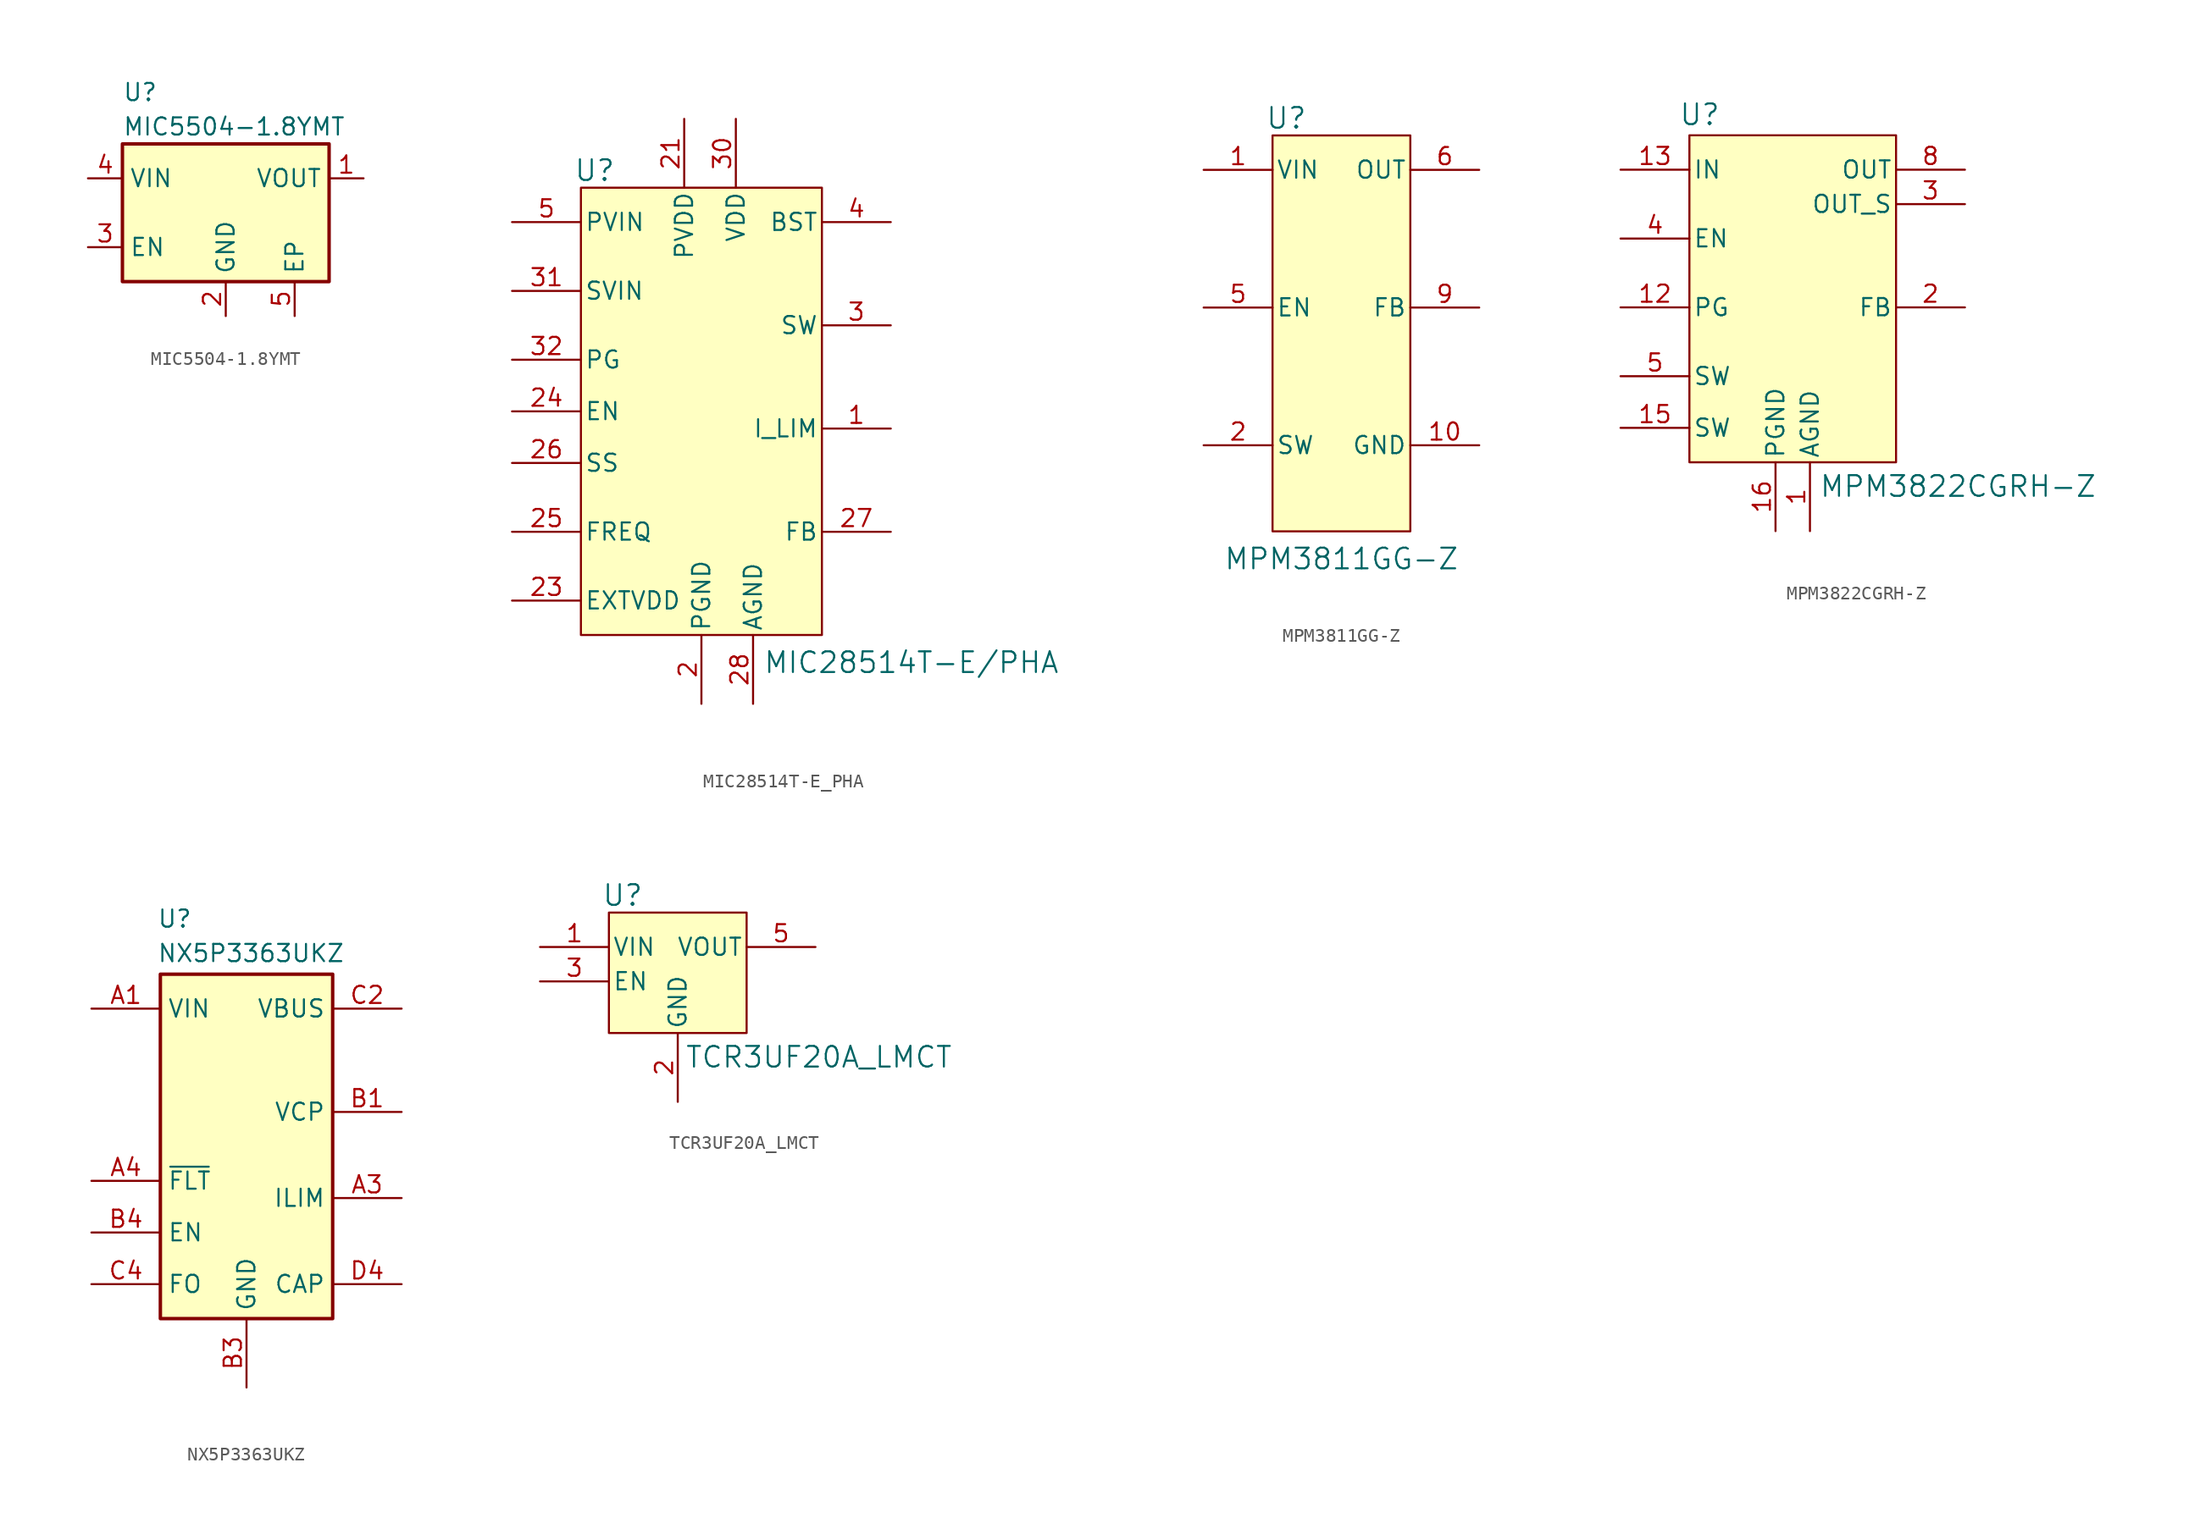
<source format=kicad_sym>
(kicad_symbol_lib
  (version 20241209)
  (generator "kicad_symbol_editor")
  (generator_version "9.0")
  (symbol "MIC5504-1.8YMT"
    (property "Reference" "U"
      (at -7.62 8.89 0)
      (effects (font (size 1.27 1.27)) (justify left)))
    (property "Value" "MIC5504-1.8YMT"
      (at -7.62 6.35 0)
      (effects (font (size 1.27 1.27)) (justify left)))
    (symbol "MIC5504-1.8YMT_0_1"
      (rectangle (start -7.62 -5.08) (end 7.62 5.08) (stroke (width 0.254) (type default)) (fill (type background))))
    (symbol "MIC5504-1.8YMT_1_1"
      (pin power_in line (at -10.16 2.54 0) (length 2.54) (name "VIN" (effects (font (size 1.27 1.27)))) (number "4" (effects (font (size 1.27 1.27)))))
      (pin input line (at -10.16 -2.54 0) (length 2.54) (name "EN" (effects (font (size 1.27 1.27)))) (number "3" (effects (font (size 1.27 1.27)))))
      (pin power_in line (at 0 -7.62 90) (length 2.54) (name "GND" (effects (font (size 1.27 1.27)))) (number "2" (effects (font (size 1.27 1.27)))))
      (pin power_in line (at 5.08 -7.62 90) (length 2.54) (name "EP" (effects (font (size 1.27 1.27)))) (number "5" (effects (font (size 1.27 1.27)))))
      (pin power_out line (at 10.16 2.54 180) (length 2.54) (name "VOUT" (effects (font (size 1.27 1.27)))) (number "1" (effects (font (size 1.27 1.27)))))))
  (symbol "MIC28514T-E_PHA"
    (pin_names
      (offset 0.254))
    (property "Reference" "U"
      (at -7.874 17.78 0)
      (effects (font (size 1.524 1.524))))
    (property "Value" "MIC28514T-E/PHA"
      (at 15.494 -18.542 0)
      (effects (font (size 1.524 1.524))))
    (symbol "MIC28514T-E_PHA_0_1"
      (pin input line (at -13.97 13.97 0) (length 5.08) (hide yes) (name "PVIN" (effects (font (size 1.27 1.27)))) (number "10" (effects (font (size 1.27 1.27)))))
      (pin input line (at -13.97 13.97 0) (length 5.08) (hide yes) (name "PVIN" (effects (font (size 1.27 1.27)))) (number "11" (effects (font (size 1.27 1.27)))))
      (pin input line (at -13.97 13.97 0) (length 5.08) (name "PVIN" (effects (font (size 1.27 1.27)))) (number "5" (effects (font (size 1.27 1.27)))))
      (pin input line (at -13.97 13.97 0) (length 5.08) (hide yes) (name "PVIN" (effects (font (size 1.27 1.27)))) (number "6" (effects (font (size 1.27 1.27)))))
      (pin input line (at -13.97 13.97 0) (length 5.08) (hide yes) (name "PVIN" (effects (font (size 1.27 1.27)))) (number "7" (effects (font (size 1.27 1.27)))))
      (pin input line (at -13.97 13.97 0) (length 5.08) (hide yes) (name "PVIN" (effects (font (size 1.27 1.27)))) (number "8" (effects (font (size 1.27 1.27)))))
      (pin input line (at -13.97 13.97 0) (length 5.08) (hide yes) (name "PVIN" (effects (font (size 1.27 1.27)))) (number "9" (effects (font (size 1.27 1.27)))))
      (pin power_in line (at -13.97 8.89 0) (length 5.08) (name "SVIN" (effects (font (size 1.27 1.27)))) (number "31" (effects (font (size 1.27 1.27)))))
      (pin output line (at -13.97 3.81 0) (length 5.08) (name "PG" (effects (font (size 1.27 1.27)))) (number "32" (effects (font (size 1.27 1.27)))))
      (pin input line (at -13.97 0 0) (length 5.08) (name "EN" (effects (font (size 1.27 1.27)))) (number "24" (effects (font (size 1.27 1.27)))))
      (pin unspecified line (at -13.97 -3.81 0) (length 5.08) (name "SS" (effects (font (size 1.27 1.27)))) (number "26" (effects (font (size 1.27 1.27)))))
      (pin input line (at -13.97 -8.89 0) (length 5.08) (name "FREQ" (effects (font (size 1.27 1.27)))) (number "25" (effects (font (size 1.27 1.27)))))
      (pin power_in line (at -13.97 -13.97 0) (length 5.08) (name "EXTVDD" (effects (font (size 1.27 1.27)))) (number "23" (effects (font (size 1.27 1.27)))))
      (pin power_in line (at -1.27 21.59 270) (length 5.08) (name "PVDD" (effects (font (size 1.27 1.27)))) (number "21" (effects (font (size 1.27 1.27)))))
      (pin power_out line (at 0 -21.59 90) (length 5.08) (hide yes) (name "PGND" (effects (font (size 1.27 1.27)))) (number "16" (effects (font (size 1.27 1.27)))))
      (pin power_out line (at 0 -21.59 90) (length 5.08) (hide yes) (name "PGND" (effects (font (size 1.27 1.27)))) (number "17" (effects (font (size 1.27 1.27)))))
      (pin power_out line (at 0 -21.59 90) (length 5.08) (hide yes) (name "PGND" (effects (font (size 1.27 1.27)))) (number "18" (effects (font (size 1.27 1.27)))))
      (pin power_out line (at 0 -21.59 90) (length 5.08) (hide yes) (name "PGND" (effects (font (size 1.27 1.27)))) (number "19" (effects (font (size 1.27 1.27)))))
      (pin power_out line (at 0 -21.59 90) (length 5.08) (name "PGND" (effects (font (size 1.27 1.27)))) (number "2" (effects (font (size 1.27 1.27)))))
      (pin power_out line (at 0 -21.59 90) (length 5.08) (hide yes) (name "PGND" (effects (font (size 1.27 1.27)))) (number "22" (effects (font (size 1.27 1.27)))))
      (pin power_out line (at 0 -21.59 90) (length 5.08) (hide yes) (name "PGND" (effects (font (size 1.27 1.27)))) (number "29" (effects (font (size 1.27 1.27)))))
      (pin power_out line (at 0 -21.59 90) (length 5.08) (hide yes) (name "PGND" (effects (font (size 1.27 1.27)))) (number "33" (effects (font (size 1.27 1.27)))))
      (pin power_in line (at 2.54 21.59 270) (length 5.08) (name "VDD" (effects (font (size 1.27 1.27)))) (number "30" (effects (font (size 1.27 1.27)))))
      (pin power_out line (at 3.81 -21.59 90) (length 5.08) (name "AGND" (effects (font (size 1.27 1.27)))) (number "28" (effects (font (size 1.27 1.27)))))
      (pin output line (at 13.97 13.97 180) (length 5.08) (name "BST" (effects (font (size 1.27 1.27)))) (number "4" (effects (font (size 1.27 1.27)))))
      (pin output line (at 13.97 6.35 180) (length 5.08) (hide yes) (name "SW" (effects (font (size 1.27 1.27)))) (number "12" (effects (font (size 1.27 1.27)))))
      (pin output line (at 13.97 6.35 180) (length 5.08) (hide yes) (name "SW" (effects (font (size 1.27 1.27)))) (number "13" (effects (font (size 1.27 1.27)))))
      (pin output line (at 13.97 6.35 180) (length 5.08) (hide yes) (name "SW" (effects (font (size 1.27 1.27)))) (number "14" (effects (font (size 1.27 1.27)))))
      (pin output line (at 13.97 6.35 180) (length 5.08) (hide yes) (name "SW" (effects (font (size 1.27 1.27)))) (number "15" (effects (font (size 1.27 1.27)))))
      (pin output line (at 13.97 6.35 180) (length 5.08) (hide yes) (name "SW" (effects (font (size 1.27 1.27)))) (number "20" (effects (font (size 1.27 1.27)))))
      (pin output line (at 13.97 6.35 180) (length 5.08) (name "SW" (effects (font (size 1.27 1.27)))) (number "3" (effects (font (size 1.27 1.27)))))
      (pin input line (at 13.97 -1.27 180) (length 5.08) (name "I_LIM" (effects (font (size 1.27 1.27)))) (number "1" (effects (font (size 1.27 1.27)))))
      (pin input line (at 13.97 -8.89 180) (length 5.08) (name "FB" (effects (font (size 1.27 1.27)))) (number "27" (effects (font (size 1.27 1.27))))))
    (symbol "MIC28514T-E_PHA_1_1"
      (rectangle (start -8.89 16.51) (end 8.89 -16.51) (stroke (width 0) (type default)) (fill (type background)))))
  (symbol "MPM3811GG-Z"
    (pin_names
      (offset 0.254))
    (property "Reference" "U"
      (at -4.064 8.89 0)
      (effects (font (size 1.524 1.524))))
    (property "Value" "MPM3811GG-Z"
      (at 0 -23.622 0)
      (effects (font (size 1.524 1.524))))
    (symbol "MPM3811GG-Z_0_1"
      (pin power_in line (at -10.16 5.08 0) (length 5.08) (name "VIN" (effects (font (size 1.27 1.27)))) (number "1" (effects (font (size 1.27 1.27)))))
      (pin bidirectional line (at -10.16 -5.08 0) (length 5.08) (name "EN" (effects (font (size 1.27 1.27)))) (number "5" (effects (font (size 1.27 1.27)))))
      (pin output line (at -10.16 -15.24 0) (length 5.08) (name "SW" (effects (font (size 1.27 1.27)))) (number "2" (effects (font (size 1.27 1.27)))))
      (pin output line (at -10.16 -15.24 0) (length 5.08) (hide yes) (name "SW" (effects (font (size 1.27 1.27)))) (number "3" (effects (font (size 1.27 1.27)))))
      (pin output line (at -10.16 -15.24 0) (length 5.08) (hide yes) (name "SW" (effects (font (size 1.27 1.27)))) (number "4" (effects (font (size 1.27 1.27)))))
      (pin output line (at 10.16 5.08 180) (length 5.08) (name "OUT" (effects (font (size 1.27 1.27)))) (number "6" (effects (font (size 1.27 1.27)))))
      (pin output line (at 10.16 5.08 180) (length 5.08) (hide yes) (name "OUT" (effects (font (size 1.27 1.27)))) (number "7" (effects (font (size 1.27 1.27)))))
      (pin unspecified line (at 10.16 5.08 180) (length 5.08) (hide yes) (name "OUT" (effects (font (size 1.27 1.27)))) (number "8" (effects (font (size 1.27 1.27)))))
      (pin output line (at 10.16 -5.08 180) (length 5.08) (name "FB" (effects (font (size 1.27 1.27)))) (number "9" (effects (font (size 1.27 1.27)))))
      (pin power_out line (at 10.16 -15.24 180) (length 5.08) (name "GND" (effects (font (size 1.27 1.27)))) (number "10" (effects (font (size 1.27 1.27))))))
    (symbol "MPM3811GG-Z_1_1"
      (rectangle (start -5.08 7.62) (end 5.08 -21.59) (stroke (width 0) (type default)) (fill (type background)))))
  (symbol "MPM3822CGRH-Z"
    (pin_names
      (offset 0.254))
    (property "Reference" "U"
      (at -6.858 12.954 0)
      (effects (font (size 1.524 1.524))))
    (property "Value" "MPM3822CGRH-Z"
      (at 12.192 -14.478 0)
      (effects (font (size 1.524 1.524))))
    (symbol "MPM3822CGRH-Z_0_1"
      (pin input line (at -12.7 8.89 0) (length 5.08) (name "IN" (effects (font (size 1.27 1.27)))) (number "13" (effects (font (size 1.27 1.27)))))
      (pin input line (at -12.7 8.89 0) (length 5.08) (hide yes) (name "IN" (effects (font (size 1.27 1.27)))) (number "14" (effects (font (size 1.27 1.27)))))
      (pin bidirectional line (at -12.7 3.81 0) (length 5.08) (name "EN" (effects (font (size 1.27 1.27)))) (number "4" (effects (font (size 1.27 1.27)))))
      (pin output line (at -12.7 -1.27 0) (length 5.08) (name "PG" (effects (font (size 1.27 1.27)))) (number "12" (effects (font (size 1.27 1.27)))))
      (pin output line (at -12.7 -6.35 0) (length 5.08) (name "SW" (effects (font (size 1.27 1.27)))) (number "5" (effects (font (size 1.27 1.27)))))
      (pin output line (at -12.7 -6.35 0) (length 5.08) (hide yes) (name "SW" (effects (font (size 1.27 1.27)))) (number "7" (effects (font (size 1.27 1.27)))))
      (pin output line (at -12.7 -10.16 0) (length 5.08) (name "SW" (effects (font (size 1.27 1.27)))) (number "15" (effects (font (size 1.27 1.27)))))
      (pin power_out line (at -1.27 -17.78 90) (length 5.08) (name "PGND" (effects (font (size 1.27 1.27)))) (number "16" (effects (font (size 1.27 1.27)))))
      (pin power_out line (at 1.27 -17.78 90) (length 5.08) (name "AGND" (effects (font (size 1.27 1.27)))) (number "1" (effects (font (size 1.27 1.27)))))
      (pin output line (at 12.7 8.89 180) (length 5.08) (hide yes) (name "OUT" (effects (font (size 1.27 1.27)))) (number "10" (effects (font (size 1.27 1.27)))))
      (pin output line (at 12.7 8.89 180) (length 5.08) (name "OUT" (effects (font (size 1.27 1.27)))) (number "8" (effects (font (size 1.27 1.27)))))
      (pin output line (at 12.7 8.89 180) (length 5.08) (hide yes) (name "OUT" (effects (font (size 1.27 1.27)))) (number "9" (effects (font (size 1.27 1.27)))))
      (pin output line (at 12.7 6.35 180) (length 5.08) (name "OUT_S" (effects (font (size 1.27 1.27)))) (number "3" (effects (font (size 1.27 1.27)))))
      (pin unspecified line (at 12.7 -1.27 180) (length 5.08) (name "FB" (effects (font (size 1.27 1.27)))) (number "2" (effects (font (size 1.27 1.27)))))
      (pin no_connect line (at 12.7 -5.08 180) (length 5.08) (hide yes) (name "NC" (effects (font (size 1.27 1.27)))) (number "11" (effects (font (size 1.27 1.27)))))
      (pin no_connect line (at 12.7 -7.62 180) (length 5.08) (hide yes) (name "DNC" (effects (font (size 1.27 1.27)))) (number "18" (effects (font (size 1.27 1.27)))))
      (pin no_connect line (at 12.7 -10.16 180) (length 5.08) (hide yes) (name "DNC" (effects (font (size 1.27 1.27)))) (number "17" (effects (font (size 1.27 1.27))))))
    (symbol "MPM3822CGRH-Z_1_1"
      (rectangle (start -7.62 11.43) (end 7.62 -12.7) (stroke (width 0) (type default)) (fill (type background)))
      (pin output line (at -12.7 -6.35 0) (length 5.08) (hide yes) (name "SW" (effects (font (size 1.27 1.27)))) (number "6" (effects (font (size 1.27 1.27)))))))
  (symbol "NX5P3363UKZ"
    (property "Reference" "U"
      (at 4.826 7.366 0)
      (effects (font (size 1.27 1.27)) (justify left top)))
    (property "Value" "NX5P3363UKZ"
      (at 4.826 4.826 0)
      (effects (font (size 1.27 1.27)) (justify left top)))
    (symbol "NX5P3363UKZ_1_1"
      (rectangle (start 5.08 2.54) (end 17.78 -22.86) (stroke (width 0.254) (type default)) (fill (type background)))
      (pin passive line (at 0 0 0) (length 5.08) (name "VIN" (effects (font (size 1.27 1.27)))) (number "A1" (effects (font (size 1.27 1.27)))))
      (pin passive line (at 0 0 0) (length 5.08) (hide yes) (name "VIN" (effects (font (size 1.27 1.27)))) (number "A2" (effects (font (size 1.27 1.27)))))
      (pin passive line (at 0 -12.7 0) (length 5.08) (name "~{FLT}" (effects (font (size 1.27 1.27)))) (number "A4" (effects (font (size 1.27 1.27)))))
      (pin passive line (at 0 -16.51 0) (length 5.08) (name "EN" (effects (font (size 1.27 1.27)))) (number "B4" (effects (font (size 1.27 1.27)))))
      (pin passive line (at 0 -20.32 0) (length 5.08) (name "FO" (effects (font (size 1.27 1.27)))) (number "C4" (effects (font (size 1.27 1.27)))))
      (pin passive line (at 11.43 -27.94 90) (length 5.08) (name "GND" (effects (font (size 1.27 1.27)))) (number "B3" (effects (font (size 1.27 1.27)))))
      (pin passive line (at 11.43 -27.94 90) (length 5.08) (hide yes) (name "GND" (effects (font (size 1.27 1.27)))) (number "C3" (effects (font (size 1.27 1.27)))))
      (pin passive line (at 11.43 -27.94 90) (length 5.08) (hide yes) (name "GND" (effects (font (size 1.27 1.27)))) (number "D3" (effects (font (size 1.27 1.27)))))
      (pin passive line (at 22.86 0 180) (length 5.08) (name "VBUS" (effects (font (size 1.27 1.27)))) (number "C2" (effects (font (size 1.27 1.27)))))
      (pin passive line (at 22.86 0 180) (length 5.08) (hide yes) (name "VBUS" (effects (font (size 1.27 1.27)))) (number "D1" (effects (font (size 1.27 1.27)))))
      (pin passive line (at 22.86 0 180) (length 5.08) (hide yes) (name "VBUS" (effects (font (size 1.27 1.27)))) (number "D2" (effects (font (size 1.27 1.27)))))
      (pin passive line (at 22.86 -7.62 180) (length 5.08) (name "VCP" (effects (font (size 1.27 1.27)))) (number "B1" (effects (font (size 1.27 1.27)))))
      (pin passive line (at 22.86 -7.62 180) (length 5.08) (hide yes) (name "VCP" (effects (font (size 1.27 1.27)))) (number "B2" (effects (font (size 1.27 1.27)))))
      (pin passive line (at 22.86 -7.62 180) (length 5.08) (hide yes) (name "VCP" (effects (font (size 1.27 1.27)))) (number "C1" (effects (font (size 1.27 1.27)))))
      (pin passive line (at 22.86 -13.97 180) (length 5.08) (name "ILIM" (effects (font (size 1.27 1.27)))) (number "A3" (effects (font (size 1.27 1.27)))))
      (pin passive line (at 22.86 -20.32 180) (length 5.08) (name "CAP" (effects (font (size 1.27 1.27)))) (number "D4" (effects (font (size 1.27 1.27)))))))
  (symbol "TCR3UF20A_LMCT"
    (pin_names
      (offset 0.254))
    (property "Reference" "U"
      (at -4.064 6.35 0)
      (effects (font (size 1.524 1.524))))
    (property "Value" "TCR3UF20A_LMCT"
      (at 10.414 -5.588 0)
      (effects (font (size 1.524 1.524))))
    (symbol "TCR3UF20A_LMCT_0_1"
      (pin power_in line (at -10.16 2.54 0) (length 5.08) (name "VIN" (effects (font (size 1.27 1.27)))) (number "1" (effects (font (size 1.27 1.27)))))
      (pin power_out line (at 0 -8.89 90) (length 5.08) (name "GND" (effects (font (size 1.27 1.27)))) (number "2" (effects (font (size 1.27 1.27)))))
      (pin power_out line (at 10.16 2.54 180) (length 5.08) (name "VOUT" (effects (font (size 1.27 1.27)))) (number "5" (effects (font (size 1.27 1.27)))))
      (pin no_connect line (at 10.16 0 180) (length 5.08) (hide yes) (name "NC" (effects (font (size 1.27 1.27)))) (number "4" (effects (font (size 1.27 1.27))))))
    (symbol "TCR3UF20A_LMCT_1_1"
      (rectangle (start -5.08 5.08) (end 5.08 -3.81) (stroke (width 0) (type default)) (fill (type background)))
      (pin input line (at -10.16 0 0) (length 5.08) (name "EN" (effects (font (size 1.27 1.27)))) (number "3" (effects (font (size 1.27 1.27))))))))
</source>
